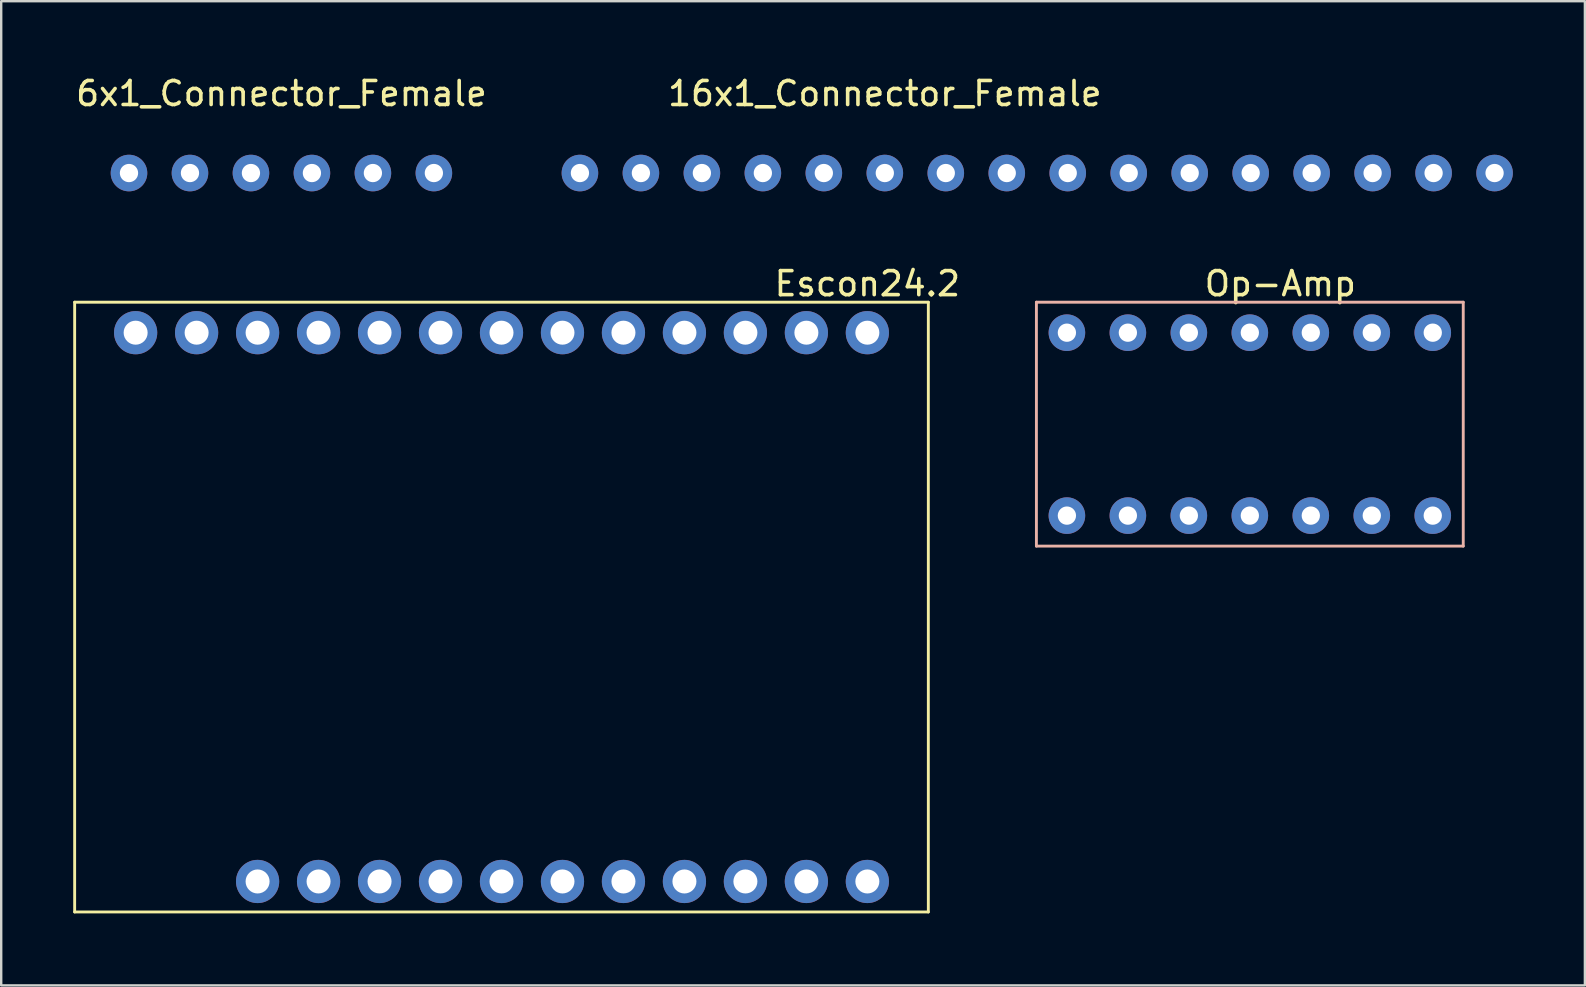
<source format=kicad_pcb>
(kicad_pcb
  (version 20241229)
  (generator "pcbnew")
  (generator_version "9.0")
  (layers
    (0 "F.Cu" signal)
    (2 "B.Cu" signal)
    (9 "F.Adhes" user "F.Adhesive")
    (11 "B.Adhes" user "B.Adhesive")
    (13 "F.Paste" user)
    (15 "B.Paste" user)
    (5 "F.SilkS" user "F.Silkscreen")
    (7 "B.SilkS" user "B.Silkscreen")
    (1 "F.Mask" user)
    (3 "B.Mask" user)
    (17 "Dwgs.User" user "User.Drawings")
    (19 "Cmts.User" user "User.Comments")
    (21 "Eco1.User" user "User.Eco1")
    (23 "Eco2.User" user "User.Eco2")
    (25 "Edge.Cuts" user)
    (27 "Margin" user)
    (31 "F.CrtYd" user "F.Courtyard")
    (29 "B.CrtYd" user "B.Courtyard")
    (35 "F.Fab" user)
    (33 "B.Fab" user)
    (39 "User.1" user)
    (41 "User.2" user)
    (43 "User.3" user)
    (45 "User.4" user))
  (footprint "6x1_Connector_Female"
    (layer "F.Cu")
    (at 8.673 0.348)
    (property "Reference" "6x1_Connector_Female" (at 0 0.5 0) (layer "F.SilkS") (effects (font (size 1 1) (thickness 0.15))))
    (attr through_hole)
    (pad "1" thru_hole circle (at -6.35 3.81) (size 1.524 1.524) (drill 0.762) (layers "*.Cu" "*.Mask"))
    (pad "2" thru_hole circle (at -3.81 3.81) (size 1.524 1.524) (drill 0.762) (layers "*.Cu" "*.Mask"))
    (pad "3" thru_hole circle (at -1.27 3.81) (size 1.524 1.524) (drill 0.762) (layers "*.Cu" "*.Mask"))
    (pad "4" thru_hole circle (at 1.27 3.81) (size 1.524 1.524) (drill 0.762) (layers "*.Cu" "*.Mask"))
    (pad "5" thru_hole circle (at 3.81 3.81) (size 1.524 1.524) (drill 0.762) (layers "*.Cu" "*.Mask"))
    (pad "6" thru_hole circle (at 6.35 3.81) (size 1.524 1.524) (drill 0.762) (layers "*.Cu" "*.Mask")))
  (footprint "Escon24.2"
    (layer "F.Cu")
    (at 35.62 8.268)
    (property "Reference" "Escon24.2" (at -2.54 0.5 0) (layer "F.SilkS") (effects (font (size 1 1) (thickness 0.15))))
    (attr through_hole)
    (fp_line (start -35.56 1.27) (end 0 1.27) (stroke (width 0.12) (type solid)) (layer "F.SilkS"))
    (fp_line (start -35.56 26.67) (end -35.56 1.27) (stroke (width 0.12) (type solid)) (layer "F.SilkS"))
    (fp_line (start 0 1.27) (end 0 26.67) (stroke (width 0.12) (type solid)) (layer "F.SilkS"))
    (fp_line (start 0 26.67) (end -35.56 26.67) (stroke (width 0.12) (type solid)) (layer "F.SilkS"))
    (pad "1" thru_hole circle (at -2.54 2.54) (size 1.8 1.8) (drill 1) (layers "*.Cu" "*.Mask"))
    (pad "2" thru_hole circle (at -5.08 2.54) (size 1.8 1.8) (drill 1) (layers "*.Cu" "*.Mask"))
    (pad "3" thru_hole circle (at -7.62 2.54) (size 1.8 1.8) (drill 1) (layers "*.Cu" "*.Mask"))
    (pad "4" thru_hole circle (at -10.16 2.54) (size 1.8 1.8) (drill 1) (layers "*.Cu" "*.Mask"))
    (pad "5" thru_hole circle (at -12.7 2.54) (size 1.8 1.8) (drill 1) (layers "*.Cu" "*.Mask"))
    (pad "6" thru_hole circle (at -15.24 2.54) (size 1.8 1.8) (drill 1) (layers "*.Cu" "*.Mask"))
    (pad "7" thru_hole circle (at -17.78 2.54) (size 1.8 1.8) (drill 1) (layers "*.Cu" "*.Mask"))
    (pad "8" thru_hole circle (at -20.32 2.54) (size 1.8 1.8) (drill 1) (layers "*.Cu" "*.Mask"))
    (pad "9" thru_hole circle (at -22.86 2.54) (size 1.8 1.8) (drill 1) (layers "*.Cu" "*.Mask"))
    (pad "10" thru_hole circle (at -25.4 2.54) (size 1.8 1.8) (drill 1) (layers "*.Cu" "*.Mask"))
    (pad "11" thru_hole circle (at -27.94 2.54) (size 1.8 1.8) (drill 1) (layers "*.Cu" "*.Mask"))
    (pad "12" thru_hole circle (at -30.48 2.54) (size 1.8 1.8) (drill 1) (layers "*.Cu" "*.Mask"))
    (pad "13" thru_hole circle (at -33.02 2.54) (size 1.8 1.8) (drill 1) (layers "*.Cu" "*.Mask"))
    (pad "14" thru_hole circle (at -27.94 25.4) (size 1.8 1.8) (drill 1) (layers "*.Cu" "*.Mask"))
    (pad "15" thru_hole circle (at -25.4 25.4) (size 1.8 1.8) (drill 1) (layers "*.Cu" "*.Mask"))
    (pad "16" thru_hole circle (at -22.86 25.4) (size 1.8 1.8) (drill 1) (layers "*.Cu" "*.Mask"))
    (pad "17" thru_hole circle (at -20.32 25.4) (size 1.8 1.8) (drill 1) (layers "*.Cu" "*.Mask"))
    (pad "18" thru_hole circle (at -17.78 25.4) (size 1.8 1.8) (drill 1) (layers "*.Cu" "*.Mask"))
    (pad "19" thru_hole circle (at -15.24 25.4) (size 1.8 1.8) (drill 1) (layers "*.Cu" "*.Mask"))
    (pad "20" thru_hole circle (at -12.7 25.4) (size 1.8 1.8) (drill 1) (layers "*.Cu" "*.Mask"))
    (pad "21" thru_hole circle (at -10.16 25.4) (size 1.8 1.8) (drill 1) (layers "*.Cu" "*.Mask"))
    (pad "22" thru_hole circle (at -7.62 25.4) (size 1.8 1.8) (drill 1) (layers "*.Cu" "*.Mask"))
    (pad "23" thru_hole circle (at -5.08 25.4) (size 1.8 1.8) (drill 1) (layers "*.Cu" "*.Mask"))
    (pad "24" thru_hole circle (at -2.54 25.4) (size 1.8 1.8) (drill 1) (layers "*.Cu" "*.Mask")))
  (footprint "Op-Amp"
    (layer "F.Cu")
    (at 50.282 8.268)
    (property "Reference" "Op-Amp" (at 0 0.5 0) (layer "F.SilkS") (effects (font (size 1 1) (thickness 0.15))))
    (attr through_hole)
    (fp_line (start -10.16 1.27) (end -10.16 11.43) (stroke (width 0.12) (type solid)) (layer "B.SilkS"))
    (fp_line (start -10.16 11.43) (end 7.62 11.43) (stroke (width 0.12) (type solid)) (layer "B.SilkS"))
    (fp_line (start 7.62 1.27) (end -10.16 1.27) (stroke (width 0.12) (type solid)) (layer "B.SilkS"))
    (fp_line (start 7.62 11.43) (end 7.62 1.27) (stroke (width 0.12) (type solid)) (layer "B.SilkS"))
    (pad "1" thru_hole circle (at -8.89 2.54) (size 1.524 1.524) (drill 0.762) (layers "*.Cu" "*.Mask"))
    (pad "2" thru_hole circle (at -6.35 2.54) (size 1.524 1.524) (drill 0.762) (layers "*.Cu" "*.Mask"))
    (pad "3" thru_hole circle (at -3.81 2.54) (size 1.524 1.524) (drill 0.762) (layers "*.Cu" "*.Mask"))
    (pad "4" thru_hole circle (at -1.27 2.54) (size 1.524 1.524) (drill 0.762) (layers "*.Cu" "*.Mask"))
    (pad "5" thru_hole circle (at 1.27 2.54) (size 1.524 1.524) (drill 0.762) (layers "*.Cu" "*.Mask"))
    (pad "6" thru_hole circle (at 3.81 2.54) (size 1.524 1.524) (drill 0.762) (layers "*.Cu" "*.Mask"))
    (pad "7" thru_hole circle (at 6.35 2.54) (size 1.524 1.524) (drill 0.762) (layers "*.Cu" "*.Mask"))
    (pad "8" thru_hole circle (at -8.89 10.16) (size 1.524 1.524) (drill 0.762) (layers "*.Cu" "*.Mask"))
    (pad "9" thru_hole circle (at -6.35 10.16) (size 1.524 1.524) (drill 0.762) (layers "*.Cu" "*.Mask"))
    (pad "10" thru_hole circle (at -3.81 10.16) (size 1.524 1.524) (drill 0.762) (layers "*.Cu" "*.Mask"))
    (pad "11" thru_hole circle (at -1.27 10.16) (size 1.524 1.524) (drill 0.762) (layers "*.Cu" "*.Mask"))
    (pad "12" thru_hole circle (at 1.27 10.16) (size 1.524 1.524) (drill 0.762) (layers "*.Cu" "*.Mask"))
    (pad "13" thru_hole circle (at 3.81 10.16) (size 1.524 1.524) (drill 0.762) (layers "*.Cu" "*.Mask"))
    (pad "14" thru_hole circle (at 6.35 10.16) (size 1.524 1.524) (drill 0.762) (layers "*.Cu" "*.Mask")))
  (footprint "16x1_Connector_Female"
    (layer "F.Cu")
    (at 33.807 0.348)
    (property "Reference" "16x1_Connector_Female" (at 0 0.5 0) (layer "F.SilkS") (effects (font (size 1 1) (thickness 0.15))))
    (attr through_hole)
    (pad "1" thru_hole circle (at -12.7 3.81) (size 1.524 1.524) (drill 0.762) (layers "*.Cu" "*.Mask"))
    (pad "2" thru_hole circle (at -10.16 3.81) (size 1.524 1.524) (drill 0.762) (layers "*.Cu" "*.Mask"))
    (pad "3" thru_hole circle (at -7.62 3.81) (size 1.524 1.524) (drill 0.762) (layers "*.Cu" "*.Mask"))
    (pad "4" thru_hole circle (at -5.08 3.81) (size 1.524 1.524) (drill 0.762) (layers "*.Cu" "*.Mask"))
    (pad "5" thru_hole circle (at -2.54 3.81) (size 1.524 1.524) (drill 0.762) (layers "*.Cu" "*.Mask"))
    (pad "6" thru_hole circle (at 0 3.81) (size 1.524 1.524) (drill 0.762) (layers "*.Cu" "*.Mask"))
    (pad "7" thru_hole circle (at 2.54 3.81) (size 1.524 1.524) (drill 0.762) (layers "*.Cu" "*.Mask"))
    (pad "8" thru_hole circle (at 5.08 3.81) (size 1.524 1.524) (drill 0.762) (layers "*.Cu" "*.Mask"))
    (pad "9" thru_hole circle (at 7.62 3.81) (size 1.524 1.524) (drill 0.762) (layers "*.Cu" "*.Mask"))
    (pad "10" thru_hole circle (at 10.16 3.81) (size 1.524 1.524) (drill 0.762) (layers "*.Cu" "*.Mask"))
    (pad "11" thru_hole circle (at 12.7 3.81) (size 1.524 1.524) (drill 0.762) (layers "*.Cu" "*.Mask"))
    (pad "12" thru_hole circle (at 15.24 3.81) (size 1.524 1.524) (drill 0.762) (layers "*.Cu" "*.Mask"))
    (pad "13" thru_hole circle (at 17.78 3.81) (size 1.524 1.524) (drill 0.762) (layers "*.Cu" "*.Mask"))
    (pad "14" thru_hole circle (at 20.32 3.81) (size 1.524 1.524) (drill 0.762) (layers "*.Cu" "*.Mask"))
    (pad "15" thru_hole circle (at 22.86 3.81) (size 1.524 1.524) (drill 0.762) (layers "*.Cu" "*.Mask"))
    (pad "16" thru_hole circle (at 25.4 3.81) (size 1.524 1.524) (drill 0.762) (layers "*.Cu" "*.Mask")))
  (gr_rect
    (start -3 -3)
    (end 62.969 37.998)
    (stroke (width 0.1) (type default))
    (fill no)
    (layer "Edge.Cuts")))
</source>
